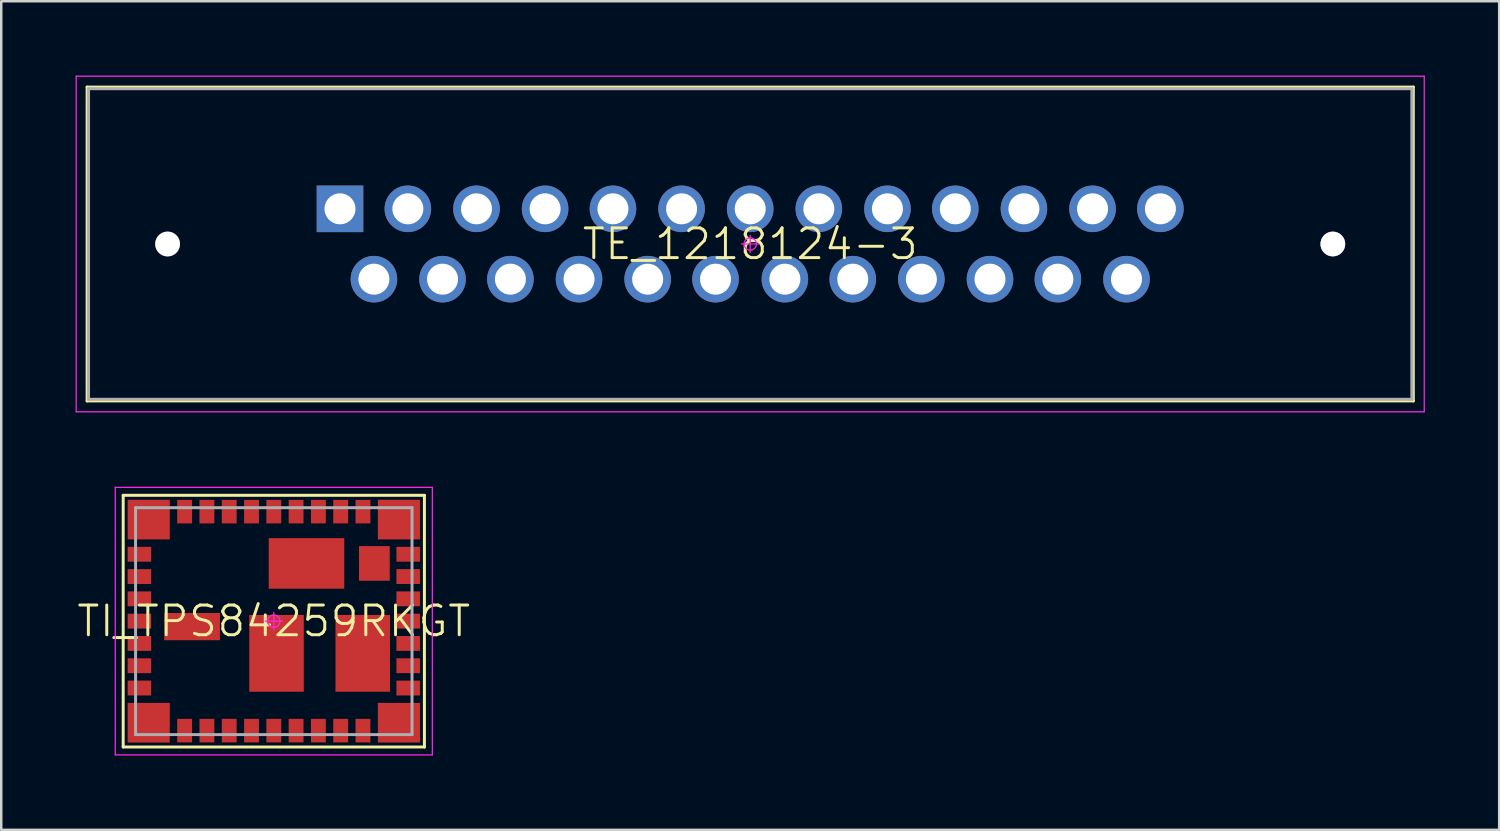
<source format=kicad_pcb>
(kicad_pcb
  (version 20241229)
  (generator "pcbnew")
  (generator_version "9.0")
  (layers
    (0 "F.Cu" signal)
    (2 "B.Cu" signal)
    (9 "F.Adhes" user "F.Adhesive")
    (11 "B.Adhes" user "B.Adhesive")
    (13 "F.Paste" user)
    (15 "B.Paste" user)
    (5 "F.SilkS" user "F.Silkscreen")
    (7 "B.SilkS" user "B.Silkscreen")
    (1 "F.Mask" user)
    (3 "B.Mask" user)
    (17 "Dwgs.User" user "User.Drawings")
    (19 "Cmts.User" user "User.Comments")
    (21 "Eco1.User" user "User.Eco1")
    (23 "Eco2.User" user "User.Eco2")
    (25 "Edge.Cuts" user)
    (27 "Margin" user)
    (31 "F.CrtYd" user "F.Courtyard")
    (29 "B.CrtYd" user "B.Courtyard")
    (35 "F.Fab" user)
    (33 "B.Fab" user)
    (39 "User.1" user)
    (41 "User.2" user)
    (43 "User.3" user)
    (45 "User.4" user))
  (footprint "TE_1218124-3"
    (layer "F.Cu")
    (at 27.235 6.8)
    (property "Reference" "TE_1218124-3" (at 0 0 0) (layer "F.SilkS") (effects (font (size 1.2 1.2) (thickness 0.12))))
    (attr through_hole)
    (fp_line (start -26.768 -6.334) (end 26.768 -6.334) (stroke (width 0.12) (type solid)) (layer "F.SilkS"))
    (fp_line (start -26.768 6.334) (end -26.768 -6.334) (stroke (width 0.12) (type solid)) (layer "F.SilkS"))
    (fp_line (start 26.768 -6.334) (end 26.768 6.334) (stroke (width 0.12) (type solid)) (layer "F.SilkS"))
    (fp_line (start 26.768 6.334) (end -26.768 6.334) (stroke (width 0.12) (type solid)) (layer "F.SilkS"))
    (fp_line (start -27.21 -6.775) (end 27.21 -6.775) (stroke (width 0.05) (type solid)) (layer "F.CrtYd"))
    (fp_line (start -27.21 6.775) (end -27.21 -6.775) (stroke (width 0.05) (type solid)) (layer "F.CrtYd"))
    (fp_line (start 0 -0.35) (end 0 0.35) (stroke (width 0.05) (type solid)) (layer "F.CrtYd"))
    (fp_line (start 0.35 0) (end -0.35 0) (stroke (width 0.05) (type solid)) (layer "F.CrtYd"))
    (fp_line (start 27.21 -6.775) (end 27.21 6.775) (stroke (width 0.05) (type solid)) (layer "F.CrtYd"))
    (fp_line (start 27.21 6.775) (end -27.21 6.775) (stroke (width 0.05) (type solid)) (layer "F.CrtYd"))
    (fp_circle (center 0 0) (end 0 0.25) (stroke (width 0.05) (type solid)) (fill no) (layer "F.CrtYd"))
    (fp_line (start -26.71 -6.27) (end 26.71 -6.27) (stroke (width 0.12) (type solid)) (layer "F.Fab"))
    (fp_line (start -26.71 6.27) (end -26.71 -6.27) (stroke (width 0.12) (type solid)) (layer "F.Fab"))
    (fp_line (start 26.71 -6.27) (end 26.71 6.27) (stroke (width 0.12) (type solid)) (layer "F.Fab"))
    (fp_line (start 26.71 6.27) (end -26.71 6.27) (stroke (width 0.12) (type solid)) (layer "F.Fab"))
    (pad "1" thru_hole rect (at -16.56 -1.42) (size 1.88 1.88) (drill 1.25) (layers "*.Cu" "*.Mask"))
    (pad "2" thru_hole circle (at -13.82 -1.42) (size 1.88 1.88) (drill 1.25) (layers "*.Cu" "*.Mask"))
    (pad "3" thru_hole circle (at -11.05 -1.42) (size 1.88 1.88) (drill 1.25) (layers "*.Cu" "*.Mask"))
    (pad "4" thru_hole circle (at -8.28 -1.42) (size 1.88 1.88) (drill 1.25) (layers "*.Cu" "*.Mask"))
    (pad "5" thru_hole circle (at -5.54 -1.42) (size 1.88 1.88) (drill 1.25) (layers "*.Cu" "*.Mask"))
    (pad "6" thru_hole circle (at -2.77 -1.42) (size 1.88 1.88) (drill 1.25) (layers "*.Cu" "*.Mask"))
    (pad "7" thru_hole circle (at 0 -1.42) (size 1.88 1.88) (drill 1.25) (layers "*.Cu" "*.Mask"))
    (pad "8" thru_hole circle (at 2.77 -1.42) (size 1.88 1.88) (drill 1.25) (layers "*.Cu" "*.Mask"))
    (pad "9" thru_hole circle (at 5.54 -1.42) (size 1.88 1.88) (drill 1.25) (layers "*.Cu" "*.Mask"))
    (pad "10" thru_hole circle (at 8.28 -1.42) (size 1.88 1.88) (drill 1.25) (layers "*.Cu" "*.Mask"))
    (pad "11" thru_hole circle (at 11.05 -1.42) (size 1.88 1.88) (drill 1.25) (layers "*.Cu" "*.Mask"))
    (pad "12" thru_hole circle (at 13.82 -1.42) (size 1.88 1.88) (drill 1.25) (layers "*.Cu" "*.Mask"))
    (pad "13" thru_hole circle (at 16.56 -1.42) (size 1.88 1.88) (drill 1.25) (layers "*.Cu" "*.Mask"))
    (pad "14" thru_hole circle (at -15.19 1.42) (size 1.88 1.88) (drill 1.25) (layers "*.Cu" "*.Mask"))
    (pad "15" thru_hole circle (at -12.42 1.42) (size 1.88 1.88) (drill 1.25) (layers "*.Cu" "*.Mask"))
    (pad "16" thru_hole circle (at -9.68 1.42) (size 1.88 1.88) (drill 1.25) (layers "*.Cu" "*.Mask"))
    (pad "17" thru_hole circle (at -6.91 1.42) (size 1.88 1.88) (drill 1.25) (layers "*.Cu" "*.Mask"))
    (pad "18" thru_hole circle (at -4.14 1.42) (size 1.88 1.88) (drill 1.25) (layers "*.Cu" "*.Mask"))
    (pad "19" thru_hole circle (at -1.4 1.42) (size 1.88 1.88) (drill 1.25) (layers "*.Cu" "*.Mask"))
    (pad "20" thru_hole circle (at 1.4 1.42) (size 1.88 1.88) (drill 1.25) (layers "*.Cu" "*.Mask"))
    (pad "21" thru_hole circle (at 4.14 1.42) (size 1.88 1.88) (drill 1.25) (layers "*.Cu" "*.Mask"))
    (pad "22" thru_hole circle (at 6.91 1.42) (size 1.88 1.88) (drill 1.25) (layers "*.Cu" "*.Mask"))
    (pad "23" thru_hole circle (at 9.68 1.42) (size 1.88 1.88) (drill 1.25) (layers "*.Cu" "*.Mask"))
    (pad "24" thru_hole circle (at 12.42 1.42) (size 1.88 1.88) (drill 1.25) (layers "*.Cu" "*.Mask"))
    (pad "25" thru_hole circle (at 15.19 1.42) (size 1.88 1.88) (drill 1.25) (layers "*.Cu" "*.Mask"))
    (pad "26" thru_hole circle (at -23.52 0) (size 1 1) (drill 3.25) (layers "*.Cu" "*.Mask"))
    (pad "27" thru_hole circle (at 23.52 0) (size 1 1) (drill 3.25) (layers "*.Cu" "*.Mask")))
  (footprint "TI_TPS84259RKGT"
    (layer "F.Cu")
    (at 8.003 22.025)
    (property "Reference" "TI_TPS84259RKGT" (at 0 0 0) (layer "F.SilkS") (effects (font (size 1.2 1.2) (thickness 0.12))))
    (attr smd)
    (fp_line (start -6.08 -5.08) (end 6.08 -5.08) (stroke (width 0.12) (type solid)) (layer "F.SilkS"))
    (fp_line (start -6.08 5.08) (end -6.08 -5.08) (stroke (width 0.12) (type solid)) (layer "F.SilkS"))
    (fp_line (start 6.08 -5.08) (end 6.08 5.08) (stroke (width 0.12) (type solid)) (layer "F.SilkS"))
    (fp_line (start 6.08 5.08) (end -6.08 5.08) (stroke (width 0.12) (type solid)) (layer "F.SilkS"))
    (fp_line (start -6.4 -5.4) (end 6.4 -5.4) (stroke (width 0.05) (type solid)) (layer "F.CrtYd"))
    (fp_line (start -6.4 5.4) (end -6.4 -5.4) (stroke (width 0.05) (type solid)) (layer "F.CrtYd"))
    (fp_line (start 0 -0.35) (end 0 0.35) (stroke (width 0.05) (type solid)) (layer "F.CrtYd"))
    (fp_line (start 0.35 0) (end -0.35 0) (stroke (width 0.05) (type solid)) (layer "F.CrtYd"))
    (fp_line (start 6.4 -5.4) (end 6.4 5.4) (stroke (width 0.05) (type solid)) (layer "F.CrtYd"))
    (fp_line (start 6.4 5.4) (end -6.4 5.4) (stroke (width 0.05) (type solid)) (layer "F.CrtYd"))
    (fp_circle (center 0 0) (end 0 0.25) (stroke (width 0.05) (type solid)) (fill no) (layer "F.CrtYd"))
    (fp_line (start -5.58 -4.58) (end 5.58 -4.58) (stroke (width 0.12) (type solid)) (layer "F.Fab"))
    (fp_line (start -5.58 4.58) (end -5.58 -4.58) (stroke (width 0.12) (type solid)) (layer "F.Fab"))
    (fp_line (start 5.58 -4.58) (end 5.58 4.58) (stroke (width 0.12) (type solid)) (layer "F.Fab"))
    (fp_line (start 5.58 4.58) (end -5.58 4.58) (stroke (width 0.12) (type solid)) (layer "F.Fab"))
    (pad "1" smd rect (at -5.05 4.1) (size 1.7 1.6) (layers "F.Cu" "F.Mask" "F.Paste"))
    (pad "2" smd rect (at -3.6 4.42) (size 0.6 0.95) (layers "F.Cu" "F.Mask" "F.Paste"))
    (pad "3" smd rect (at -2.7 4.42) (size 0.6 0.95) (layers "F.Cu" "F.Mask" "F.Paste"))
    (pad "4" smd rect (at -1.8 4.42) (size 0.6 0.95) (layers "F.Cu" "F.Mask" "F.Paste"))
    (pad "5" smd rect (at -0.9 4.42) (size 0.6 0.95) (layers "F.Cu" "F.Mask" "F.Paste"))
    (pad "6" smd rect (at 0 4.42) (size 0.6 0.95) (layers "F.Cu" "F.Mask" "F.Paste"))
    (pad "7" smd rect (at 0.9 4.42) (size 0.6 0.95) (layers "F.Cu" "F.Mask" "F.Paste"))
    (pad "8" smd rect (at 1.8 4.42) (size 0.6 0.95) (layers "F.Cu" "F.Mask" "F.Paste"))
    (pad "9" smd rect (at 2.7 4.42) (size 0.6 0.95) (layers "F.Cu" "F.Mask" "F.Paste"))
    (pad "10" smd rect (at 3.6 4.42) (size 0.6 0.95) (layers "F.Cu" "F.Mask" "F.Paste"))
    (pad "11" smd rect (at 5.05 4.1) (size 1.7 1.6) (layers "F.Cu" "F.Mask" "F.Paste"))
    (pad "12" smd rect (at 5.425 2.7 90) (size 0.6 0.95) (layers "F.Cu" "F.Mask" "F.Paste"))
    (pad "13" smd rect (at 5.425 1.8 90) (size 0.6 0.95) (layers "F.Cu" "F.Mask" "F.Paste"))
    (pad "14" smd rect (at 5.425 0.9 90) (size 0.6 0.95) (layers "F.Cu" "F.Mask" "F.Paste"))
    (pad "15" smd rect (at 5.425 0 90) (size 0.6 0.95) (layers "F.Cu" "F.Mask" "F.Paste"))
    (pad "16" smd rect (at 5.425 -0.9 90) (size 0.6 0.95) (layers "F.Cu" "F.Mask" "F.Paste"))
    (pad "17" smd rect (at 5.425 -1.8 90) (size 0.6 0.95) (layers "F.Cu" "F.Mask" "F.Paste"))
    (pad "18" smd rect (at 5.425 -2.7 90) (size 0.6 0.95) (layers "F.Cu" "F.Mask" "F.Paste"))
    (pad "19" smd rect (at 5.05 -4.1) (size 1.7 1.6) (layers "F.Cu" "F.Mask" "F.Paste"))
    (pad "20" smd rect (at 3.6 -4.42) (size 0.6 0.95) (layers "F.Cu" "F.Mask" "F.Paste"))
    (pad "21" smd rect (at 2.7 -4.42) (size 0.6 0.95) (layers "F.Cu" "F.Mask" "F.Paste"))
    (pad "22" smd rect (at 1.8 -4.42) (size 0.6 0.95) (layers "F.Cu" "F.Mask" "F.Paste"))
    (pad "23" smd rect (at 0.9 -4.42) (size 0.6 0.95) (layers "F.Cu" "F.Mask" "F.Paste"))
    (pad "24" smd rect (at 0 -4.42) (size 0.6 0.95) (layers "F.Cu" "F.Mask" "F.Paste"))
    (pad "25" smd rect (at -0.9 -4.42) (size 0.6 0.95) (layers "F.Cu" "F.Mask" "F.Paste"))
    (pad "26" smd rect (at -1.8 -4.42) (size 0.6 0.95) (layers "F.Cu" "F.Mask" "F.Paste"))
    (pad "27" smd rect (at -2.7 -4.42) (size 0.6 0.95) (layers "F.Cu" "F.Mask" "F.Paste"))
    (pad "28" smd rect (at -3.6 -4.42) (size 0.6 0.95) (layers "F.Cu" "F.Mask" "F.Paste"))
    (pad "29" smd rect (at -5.05 -4.1) (size 1.7 1.6) (layers "F.Cu" "F.Mask" "F.Paste"))
    (pad "30" smd rect (at -5.425 -2.7 90) (size 0.6 0.95) (layers "F.Cu" "F.Mask" "F.Paste"))
    (pad "31" smd rect (at -5.425 -1.8 90) (size 0.6 0.95) (layers "F.Cu" "F.Mask" "F.Paste"))
    (pad "32" smd rect (at -5.425 -0.9 90) (size 0.6 0.95) (layers "F.Cu" "F.Mask" "F.Paste"))
    (pad "33" smd rect (at -5.425 0 90) (size 0.6 0.95) (layers "F.Cu" "F.Mask" "F.Paste"))
    (pad "34" smd rect (at -5.425 0.9 90) (size 0.6 0.95) (layers "F.Cu" "F.Mask" "F.Paste"))
    (pad "35" smd rect (at -5.425 1.8 90) (size 0.6 0.95) (layers "F.Cu" "F.Mask" "F.Paste"))
    (pad "36" smd rect (at -5.425 2.7 90) (size 0.6 0.95) (layers "F.Cu" "F.Mask" "F.Paste"))
    (pad "37" smd rect (at -3.3 0.22) (size 2.25 1.1) (layers "F.Cu" "F.Mask"))
    (pad "38" smd rect (at 0.11 1.3) (size 2.2 3.1) (layers "F.Cu" "F.Mask"))
    (pad "39" smd rect (at 3.59 1.3) (size 2.2 3.1) (layers "F.Cu" "F.Mask"))
    (pad "40" smd rect (at 4.06 -2.33) (size 1.24 1.4) (layers "F.Cu" "F.Mask"))
    (pad "41" smd rect (at 1.32 -2.33) (size 3.05 2.04) (layers "F.Cu" "F.Mask")))
  (gr_rect
    (start -3 -3)
    (end 57.47 30.45)
    (stroke (width 0.1) (type default))
    (fill no)
    (layer "Edge.Cuts")))
</source>
